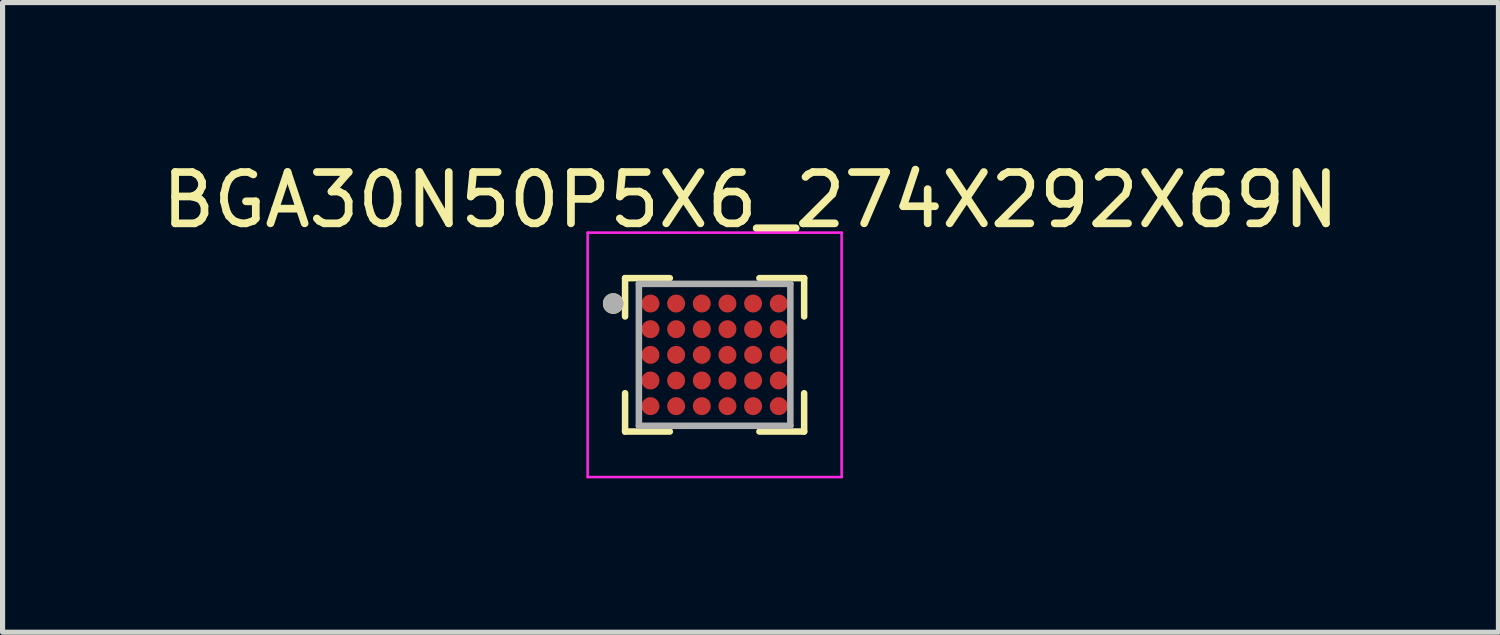
<source format=kicad_pcb>
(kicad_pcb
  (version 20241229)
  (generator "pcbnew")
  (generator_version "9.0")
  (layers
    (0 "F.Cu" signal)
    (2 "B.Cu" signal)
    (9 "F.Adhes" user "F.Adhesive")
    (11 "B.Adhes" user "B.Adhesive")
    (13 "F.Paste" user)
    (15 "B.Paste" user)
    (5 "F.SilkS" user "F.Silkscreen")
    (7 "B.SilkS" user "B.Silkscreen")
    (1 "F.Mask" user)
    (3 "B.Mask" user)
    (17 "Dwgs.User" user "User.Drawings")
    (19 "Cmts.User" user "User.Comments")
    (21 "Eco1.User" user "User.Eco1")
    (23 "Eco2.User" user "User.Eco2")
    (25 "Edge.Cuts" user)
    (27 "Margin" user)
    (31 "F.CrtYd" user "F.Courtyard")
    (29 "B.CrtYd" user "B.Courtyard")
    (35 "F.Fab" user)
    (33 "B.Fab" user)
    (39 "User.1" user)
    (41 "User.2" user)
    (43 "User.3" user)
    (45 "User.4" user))
  (footprint "BGA30N50P5X6_274X292X69N"
    (layer "F.Cu")
    (at 10.878 3.866)
    (property "Reference" "BGA30N50P5X6_274X292X69N" (at 0.7 -3.018 0) (layer "F.SilkS") (effects (font (size 1 1) (thickness 0.15))))
    (attr smd)
    (fp_line (start -1.745 -1.495) (end -1.745 -0.748) (stroke (width 0.127) (type solid)) (layer "F.SilkS"))
    (fp_line (start -1.745 -1.495) (end -0.873 -1.495) (stroke (width 0.127) (type solid)) (layer "F.SilkS"))
    (fp_line (start -1.745 1.495) (end -1.745 0.748) (stroke (width 0.127) (type solid)) (layer "F.SilkS"))
    (fp_line (start -1.745 1.495) (end -0.873 1.495) (stroke (width 0.127) (type solid)) (layer "F.SilkS"))
    (fp_line (start 1.745 -1.495) (end 0.873 -1.495) (stroke (width 0.127) (type solid)) (layer "F.SilkS"))
    (fp_line (start 1.745 -1.495) (end 1.745 -0.748) (stroke (width 0.127) (type solid)) (layer "F.SilkS"))
    (fp_line (start 1.745 1.495) (end 0.873 1.495) (stroke (width 0.127) (type solid)) (layer "F.SilkS"))
    (fp_line (start 1.745 1.495) (end 1.745 0.748) (stroke (width 0.127) (type solid)) (layer "F.SilkS"))
    (fp_circle (center -1.976 -1) (end -1.875 -1) (stroke (width 0.2) (type solid)) (fill no) (layer "F.SilkS"))
    (fp_line (start -2.475 -2.382) (end 2.475 -2.382) (stroke (width 0.05) (type solid)) (layer "F.CrtYd"))
    (fp_line (start -2.475 2.382) (end -2.475 -2.382) (stroke (width 0.05) (type solid)) (layer "F.CrtYd"))
    (fp_line (start -2.475 2.382) (end 2.475 2.382) (stroke (width 0.05) (type solid)) (layer "F.CrtYd"))
    (fp_line (start 2.475 2.382) (end 2.475 -2.382) (stroke (width 0.05) (type solid)) (layer "F.CrtYd"))
    (fp_line (start -1.476 1.383) (end -1.476 -1.383) (stroke (width 0.127) (type solid)) (layer "F.Fab"))
    (fp_line (start 1.476 -1.383) (end -1.476 -1.383) (stroke (width 0.127) (type solid)) (layer "F.Fab"))
    (fp_line (start 1.476 1.383) (end -1.476 1.383) (stroke (width 0.127) (type solid)) (layer "F.Fab"))
    (fp_line (start 1.476 1.383) (end 1.476 -1.383) (stroke (width 0.127) (type solid)) (layer "F.Fab"))
    (fp_circle (center -1.976 -1) (end -1.875 -1) (stroke (width 0.2) (type solid)) (fill no) (layer "F.Fab"))
    (pad "A1" smd circle (at -1.25 -1) (size 0.35 0.35) (layers "F.Cu" "F.Mask" "F.Paste"))
    (pad "A2" smd circle (at -0.75 -1) (size 0.35 0.35) (layers "F.Cu" "F.Mask" "F.Paste"))
    (pad "A3" smd circle (at -0.25 -1) (size 0.35 0.35) (layers "F.Cu" "F.Mask" "F.Paste"))
    (pad "A4" smd circle (at 0.25 -1) (size 0.35 0.35) (layers "F.Cu" "F.Mask" "F.Paste"))
    (pad "A5" smd circle (at 0.75 -1) (size 0.35 0.35) (layers "F.Cu" "F.Mask" "F.Paste"))
    (pad "A6" smd circle (at 1.25 -1) (size 0.35 0.35) (layers "F.Cu" "F.Mask" "F.Paste"))
    (pad "B1" smd circle (at -1.25 -0.5) (size 0.35 0.35) (layers "F.Cu" "F.Mask" "F.Paste"))
    (pad "B2" smd circle (at -0.75 -0.5) (size 0.35 0.35) (layers "F.Cu" "F.Mask" "F.Paste"))
    (pad "B3" smd circle (at -0.25 -0.5) (size 0.35 0.35) (layers "F.Cu" "F.Mask" "F.Paste"))
    (pad "B4" smd circle (at 0.25 -0.5) (size 0.35 0.35) (layers "F.Cu" "F.Mask" "F.Paste"))
    (pad "B5" smd circle (at 0.75 -0.5) (size 0.35 0.35) (layers "F.Cu" "F.Mask" "F.Paste"))
    (pad "B6" smd circle (at 1.25 -0.5) (size 0.35 0.35) (layers "F.Cu" "F.Mask" "F.Paste"))
    (pad "C1" smd circle (at -1.25 0) (size 0.35 0.35) (layers "F.Cu" "F.Mask" "F.Paste"))
    (pad "C2" smd circle (at -0.75 0) (size 0.35 0.35) (layers "F.Cu" "F.Mask" "F.Paste"))
    (pad "C3" smd circle (at -0.25 0) (size 0.35 0.35) (layers "F.Cu" "F.Mask" "F.Paste"))
    (pad "C4" smd circle (at 0.25 0) (size 0.35 0.35) (layers "F.Cu" "F.Mask" "F.Paste"))
    (pad "C5" smd circle (at 0.75 0) (size 0.35 0.35) (layers "F.Cu" "F.Mask" "F.Paste"))
    (pad "C6" smd circle (at 1.25 0) (size 0.35 0.35) (layers "F.Cu" "F.Mask" "F.Paste"))
    (pad "D1" smd circle (at -1.25 0.5) (size 0.35 0.35) (layers "F.Cu" "F.Mask" "F.Paste"))
    (pad "D2" smd circle (at -0.75 0.5) (size 0.35 0.35) (layers "F.Cu" "F.Mask" "F.Paste"))
    (pad "D3" smd circle (at -0.25 0.5) (size 0.35 0.35) (layers "F.Cu" "F.Mask" "F.Paste"))
    (pad "D4" smd circle (at 0.25 0.5) (size 0.35 0.35) (layers "F.Cu" "F.Mask" "F.Paste"))
    (pad "D5" smd circle (at 0.75 0.5) (size 0.35 0.35) (layers "F.Cu" "F.Mask" "F.Paste"))
    (pad "D6" smd circle (at 1.25 0.5) (size 0.35 0.35) (layers "F.Cu" "F.Mask" "F.Paste"))
    (pad "E1" smd circle (at -1.25 1) (size 0.35 0.35) (layers "F.Cu" "F.Mask" "F.Paste"))
    (pad "E2" smd circle (at -0.75 1) (size 0.35 0.35) (layers "F.Cu" "F.Mask" "F.Paste"))
    (pad "E3" smd circle (at -0.25 1) (size 0.35 0.35) (layers "F.Cu" "F.Mask" "F.Paste"))
    (pad "E4" smd circle (at 0.25 1) (size 0.35 0.35) (layers "F.Cu" "F.Mask" "F.Paste"))
    (pad "E5" smd circle (at 0.75 1) (size 0.35 0.35) (layers "F.Cu" "F.Mask" "F.Paste"))
    (pad "E6" smd circle (at 1.25 1) (size 0.35 0.35) (layers "F.Cu" "F.Mask" "F.Paste")))
  (gr_rect
    (start -3 -3)
    (end 26.155 9.273)
    (stroke (width 0.1) (type default))
    (fill no)
    (layer "Edge.Cuts")))
</source>
